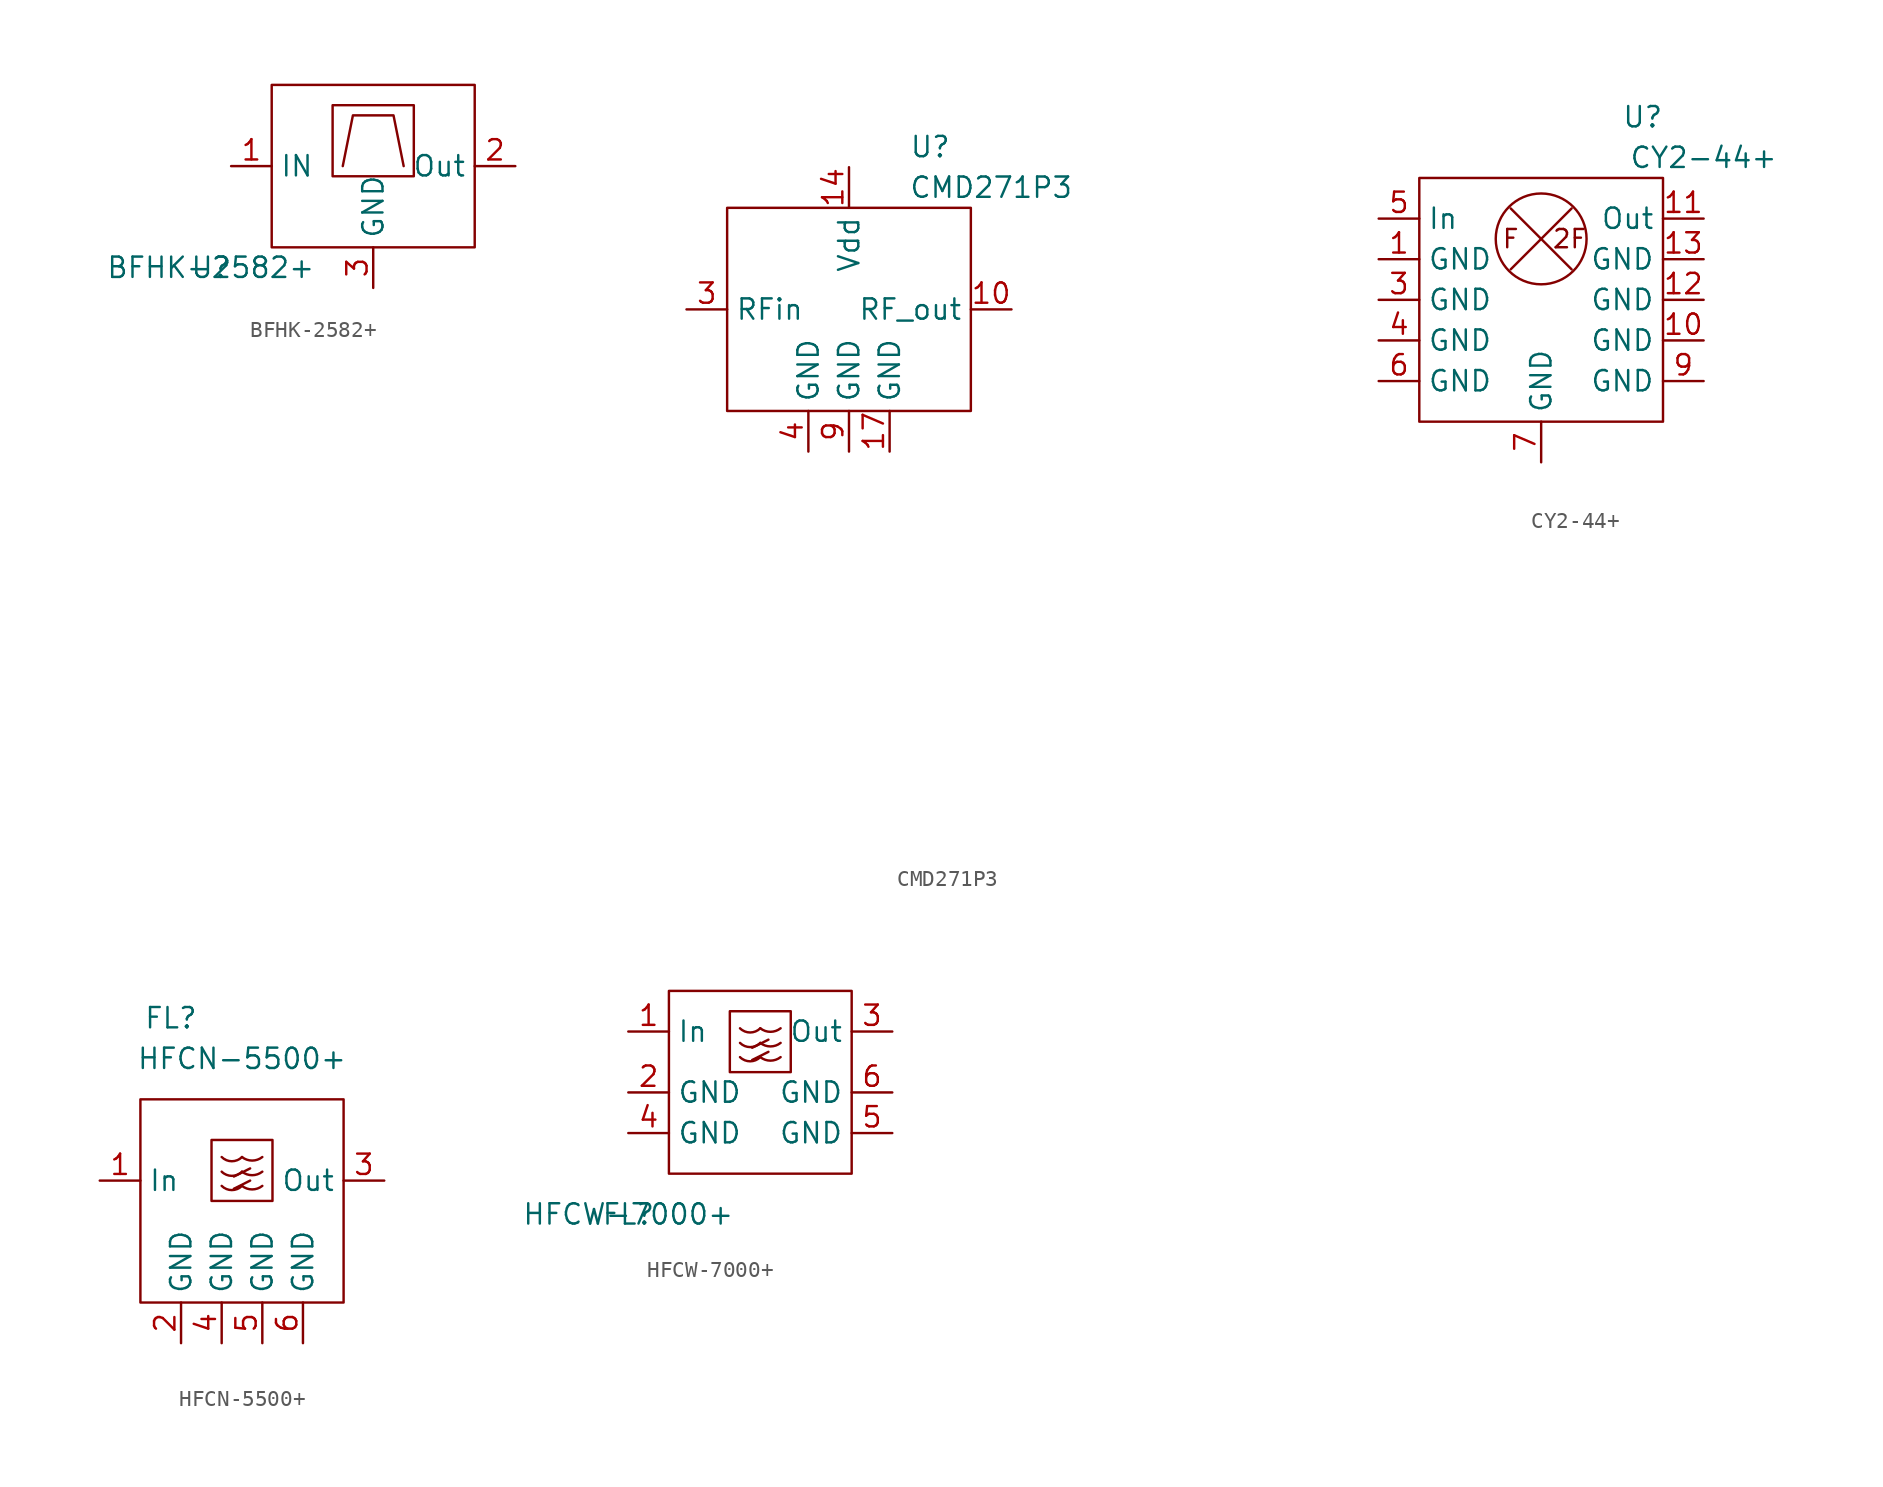
<source format=kicad_sym>
(kicad_symbol_lib
  (version 20211014)
  (generator kicad_symbol_editor)
  (symbol "BFHK-2582+"
    (property "Reference" "U"
      (at 0 0 0)
      (effects (font (size 1.27 1.27))))
    (property "Value" "BFHK-2582+"
      (at 0 0 0)
      (effects (font (size 1.27 1.27))))
    (symbol "BFHK-2582+_0_0"
      (polyline (pts (xy 8.255 6.35) (xy 8.89 9.525) (xy 11.43 9.525) (xy 12.065 6.35)) (stroke (width 0) (type default) (color 0 0 0 0)) (fill (type none)))
      (rectangle (start 3.81 11.43) (end 16.51 1.27) (stroke (width 0) (type default) (color 0 0 0 0)) (fill (type none)))
      (rectangle (start 7.62 10.16) (end 12.7 5.715) (stroke (width 0) (type default) (color 0 0 0 0)) (fill (type none)))
      (pin input line (at 1.27 6.35 0) (length 2.54) (name "IN" (effects (font (size 1.27 1.27)))) (number "1" (effects (font (size 1.27 1.27)))))
      (pin output line (at 19.05 6.35 180) (length 2.54) (name "Out" (effects (font (size 1.27 1.27)))) (number "2" (effects (font (size 1.27 1.27)))))
      (pin passive line (at 10.16 -1.27 90) (length 2.54) (name "GND" (effects (font (size 1.27 1.27)))) (number "3" (effects (font (size 1.27 1.27)))))))
  (symbol "CMD271P3"
    (property "Reference" "U"
      (at 5.08 10.16 0)
      (effects (font (size 1.27 1.27))))
    (property "Value" "CMD271P3"
      (at 8.89 7.62 0)
      (effects (font (size 1.27 1.27))))
    (symbol "CMD271P3_0_0"
      (pin no_connect line (at 20.32 -5.08 0) (length 2.54) hide (name "NC" (effects (font (size 1.27 1.27)))) (number "1" (effects (font (size 1.27 1.27)))))
      (pin unspecified line (at 10.16 0 180) (length 2.54) (name "RF_out" (effects (font (size 1.27 1.27)))) (number "10" (effects (font (size 1.27 1.27)))))
      (pin no_connect line (at 20.32 -20.32 0) (length 2.54) hide (name "NC" (effects (font (size 1.27 1.27)))) (number "11" (effects (font (size 1.27 1.27)))))
      (pin no_connect line (at 20.32 -22.86 0) (length 2.54) hide (name "NC" (effects (font (size 1.27 1.27)))) (number "12" (effects (font (size 1.27 1.27)))))
      (pin no_connect line (at 20.32 -25.4 0) (length 2.54) hide (name "NC" (effects (font (size 1.27 1.27)))) (number "13" (effects (font (size 1.27 1.27)))))
      (pin unspecified line (at 0 8.89 270) (length 2.54) (name "Vdd" (effects (font (size 1.27 1.27)))) (number "14" (effects (font (size 1.27 1.27)))))
      (pin no_connect line (at 20.32 -27.94 0) (length 2.54) hide (name "NC" (effects (font (size 1.27 1.27)))) (number "15" (effects (font (size 1.27 1.27)))))
      (pin no_connect line (at 20.32 -30.48 0) (length 2.54) hide (name "NC" (effects (font (size 1.27 1.27)))) (number "16" (effects (font (size 1.27 1.27)))))
      (pin unspecified line (at 2.54 -8.89 90) (length 2.54) (name "GND" (effects (font (size 1.27 1.27)))) (number "17" (effects (font (size 1.27 1.27)))))
      (pin no_connect line (at 20.32 -7.62 0) (length 2.54) hide (name "NC" (effects (font (size 1.27 1.27)))) (number "2" (effects (font (size 1.27 1.27)))))
      (pin unspecified line (at -10.16 0 0) (length 2.54) (name "RFin" (effects (font (size 1.27 1.27)))) (number "3" (effects (font (size 1.27 1.27)))))
      (pin unspecified line (at -2.54 -8.89 90) (length 2.54) (name "GND" (effects (font (size 1.27 1.27)))) (number "4" (effects (font (size 1.27 1.27)))))
      (pin no_connect line (at 20.32 -10.16 0) (length 2.54) hide (name "NC" (effects (font (size 1.27 1.27)))) (number "5" (effects (font (size 1.27 1.27)))))
      (pin no_connect line (at 20.32 -12.7 0) (length 2.54) hide (name "NC" (effects (font (size 1.27 1.27)))) (number "6" (effects (font (size 1.27 1.27)))))
      (pin no_connect line (at 20.32 -15.24 0) (length 2.54) hide (name "NC" (effects (font (size 1.27 1.27)))) (number "7" (effects (font (size 1.27 1.27)))))
      (pin no_connect line (at 20.32 -17.78 0) (length 2.54) hide (name "NC" (effects (font (size 1.27 1.27)))) (number "8" (effects (font (size 1.27 1.27)))))
      (pin unspecified line (at 0 -8.89 90) (length 2.54) (name "GND" (effects (font (size 1.27 1.27)))) (number "9" (effects (font (size 1.27 1.27))))))
    (symbol "CMD271P3_0_1"
      (rectangle (start -7.62 6.35) (end 7.62 -6.35) (stroke (width 0) (type default) (color 0 0 0 0)) (fill (type none)))))
  (symbol "CY2-44+"
    (property "Reference" "U"
      (at 10.16 13.97 0)
      (effects (font (size 1.27 1.27))))
    (property "Value" "CY2-44+"
      (at 13.97 11.43 0)
      (effects (font (size 1.27 1.27))))
    (symbol "CY2-44+_0_0"
      (text "2F" (at 5.588 6.35 0) (effects (font (size 1.143 1.143))))
      (text "F" (at 1.905 6.35 0) (effects (font (size 1.143 1.143))))
      (pin unspecified line (at -6.35 5.08 0) (length 2.54) (name "GND" (effects (font (size 1.27 1.27)))) (number "1" (effects (font (size 1.27 1.27)))))
      (pin unspecified line (at 13.97 0 180) (length 2.54) (name "GND" (effects (font (size 1.27 1.27)))) (number "10" (effects (font (size 1.27 1.27)))))
      (pin unspecified line (at 13.97 7.62 180) (length 2.54) (name "Out" (effects (font (size 1.27 1.27)))) (number "11" (effects (font (size 1.27 1.27)))))
      (pin unspecified line (at 13.97 2.54 180) (length 2.54) (name "GND" (effects (font (size 1.27 1.27)))) (number "12" (effects (font (size 1.27 1.27)))))
      (pin unspecified line (at 13.97 5.08 180) (length 2.54) (name "GND" (effects (font (size 1.27 1.27)))) (number "13" (effects (font (size 1.27 1.27)))))
      (pin unspecified line (at 2.54 13.97 270) (length 2.54) hide (name "" (effects (font (size 1.27 1.27)))) (number "2" (effects (font (size 1.27 1.27)))))
      (pin unspecified line (at -6.35 2.54 0) (length 2.54) (name "GND" (effects (font (size 1.27 1.27)))) (number "3" (effects (font (size 1.27 1.27)))))
      (pin unspecified line (at -6.35 0 0) (length 2.54) (name "GND" (effects (font (size 1.27 1.27)))) (number "4" (effects (font (size 1.27 1.27)))))
      (pin unspecified line (at -6.35 7.62 0) (length 2.54) (name "In" (effects (font (size 1.27 1.27)))) (number "5" (effects (font (size 1.27 1.27)))))
      (pin unspecified line (at -6.35 -2.54 0) (length 2.54) (name "GND" (effects (font (size 1.27 1.27)))) (number "6" (effects (font (size 1.27 1.27)))))
      (pin unspecified line (at 3.81 -7.62 90) (length 2.54) (name "GND" (effects (font (size 1.27 1.27)))) (number "7" (effects (font (size 1.27 1.27)))))
      (pin unspecified line (at 6.35 13.97 270) (length 2.54) hide (name "" (effects (font (size 1.27 1.27)))) (number "8" (effects (font (size 1.27 1.27)))))
      (pin unspecified line (at 13.97 -2.54 180) (length 2.54) (name "GND" (effects (font (size 1.27 1.27)))) (number "9" (effects (font (size 1.27 1.27))))))
    (symbol "CY2-44+_0_1"
      (rectangle (start -3.81 10.16) (end 11.43 -5.08) (stroke (width 0) (type default) (color 0 0 0 0)) (fill (type none)))
      (polyline (pts (xy 1.905 8.255) (xy 5.715 4.445)) (stroke (width 0) (type default) (color 0 0 0 0)) (fill (type none)))
      (polyline (pts (xy 5.715 8.255) (xy 1.905 4.445)) (stroke (width 0) (type default) (color 0 0 0 0)) (fill (type none)))
      (circle (center 3.81 6.35) (radius 2.84) (stroke (width 0) (type default) (color 0 0 0 0)) (fill (type none)))))
  (symbol "HFCN-5500+"
    (property "Reference" "FL"
      (at 1.905 21.59 0)
      (effects (font (size 1.27 1.27))))
    (property "Value" "HFCN-5500+"
      (at 6.35 19.05 0)
      (effects (font (size 1.27 1.27))))
    (symbol "HFCN-5500+_0_0"
      (pin input line (at -2.54 11.43 0) (length 2.54) (name "In" (effects (font (size 1.27 1.27)))) (number "1" (effects (font (size 1.27 1.27)))))
      (pin passive line (at 2.54 1.27 90) (length 2.54) (name "GND" (effects (font (size 1.27 1.27)))) (number "2" (effects (font (size 1.27 1.27)))))
      (pin output line (at 15.24 11.43 180) (length 2.54) (name "Out" (effects (font (size 1.27 1.27)))) (number "3" (effects (font (size 1.27 1.27)))))
      (pin passive line (at 5.08 1.27 90) (length 2.54) (name "GND" (effects (font (size 1.27 1.27)))) (number "4" (effects (font (size 1.27 1.27)))))
      (pin passive line (at 7.62 1.27 90) (length 2.54) (name "GND" (effects (font (size 1.27 1.27)))) (number "5" (effects (font (size 1.27 1.27)))))
      (pin passive line (at 10.16 1.27 90) (length 2.54) (name "GND" (effects (font (size 1.27 1.27)))) (number "6" (effects (font (size 1.27 1.27))))))
    (symbol "HFCN-5500+_0_1"
      (polyline (pts (xy 5.842 10.922) (xy 6.858 11.43)) (stroke (width 0) (type default) (color 0 0 0 0)) (fill (type none)))
      (polyline (pts (xy 5.842 11.684) (xy 6.858 12.192)) (stroke (width 0) (type default) (color 0 0 0 0)) (fill (type none)))
      (rectangle (start 0 16.51) (end 12.7 3.81) (stroke (width 0) (type default) (color 0 0 0 0)) (fill (type none)))
      (rectangle (start 4.445 13.97) (end 8.255 10.16) (stroke (width 0) (type default) (color 0 0 0 0)) (fill (type none)))
      (arc (start 5.08 11.0998) (mid 5.715 9.5668) (end 6.35 11.0998) (stroke (width 0) (type default) (color 0 0 0 0)) (fill (type none)))
      (arc (start 5.08 11.9888) (mid 5.715 10.4508) (end 6.35 11.9888) (stroke (width 0) (type default) (color 0 0 0 0)) (fill (type none)))
      (arc (start 5.08 12.9032) (mid 5.715 11.3702) (end 6.35 12.9032) (stroke (width 0) (type default) (color 0 0 0 0)) (fill (type none)))
      (arc (start 6.35 11.0998) (mid 6.985 10.8788) (end 7.62 11.0998) (stroke (width 0) (type default) (color 0 0 0 0)) (fill (type none)))
      (arc (start 6.35 11.9888) (mid 6.985 11.7678) (end 7.62 11.9888) (stroke (width 0) (type default) (color 0 0 0 0)) (fill (type none)))
      (arc (start 6.35 12.9032) (mid 6.985 12.682) (end 7.62 12.9032) (stroke (width 0) (type default) (color 0 0 0 0)) (fill (type none)))))
  (symbol "HFCW-7000+"
    (property "Reference" "FL"
      (at 0 0 0)
      (effects (font (size 1.27 1.27))))
    (property "Value" "HFCW-7000+"
      (at 0 0 0)
      (effects (font (size 1.27 1.27))))
    (symbol "HFCW-7000+_0_0"
      (pin input line (at 0 11.43 0) (length 2.54) (name "In" (effects (font (size 1.27 1.27)))) (number "1" (effects (font (size 1.27 1.27)))))
      (pin passive line (at 0 7.62 0) (length 2.54) (name "GND" (effects (font (size 1.27 1.27)))) (number "2" (effects (font (size 1.27 1.27)))))
      (pin output line (at 16.51 11.43 180) (length 2.54) (name "Out" (effects (font (size 1.27 1.27)))) (number "3" (effects (font (size 1.27 1.27)))))
      (pin passive line (at 0 5.08 0) (length 2.54) (name "GND" (effects (font (size 1.27 1.27)))) (number "4" (effects (font (size 1.27 1.27)))))
      (pin passive line (at 16.51 5.08 180) (length 2.54) (name "GND" (effects (font (size 1.27 1.27)))) (number "5" (effects (font (size 1.27 1.27)))))
      (pin passive line (at 16.51 7.62 180) (length 2.54) (name "GND" (effects (font (size 1.27 1.27)))) (number "6" (effects (font (size 1.27 1.27))))))
    (symbol "HFCW-7000+_0_1"
      (polyline (pts (xy 7.747 9.652) (xy 8.763 10.16)) (stroke (width 0) (type default) (color 0 0 0 0)) (fill (type none)))
      (polyline (pts (xy 7.747 10.414) (xy 8.763 10.922)) (stroke (width 0) (type default) (color 0 0 0 0)) (fill (type none)))
      (rectangle (start 2.54 13.97) (end 13.97 2.54) (stroke (width 0) (type default) (color 0 0 0 0)) (fill (type none)))
      (rectangle (start 6.35 12.7) (end 10.16 8.89) (stroke (width 0) (type default) (color 0 0 0 0)) (fill (type none)))
      (arc (start 6.985 9.8298) (mid 7.62 8.2968) (end 8.255 9.8298) (stroke (width 0) (type default) (color 0 0 0 0)) (fill (type none)))
      (arc (start 6.985 10.7188) (mid 7.62 9.1808) (end 8.255 10.7188) (stroke (width 0) (type default) (color 0 0 0 0)) (fill (type none)))
      (arc (start 6.985 11.6332) (mid 7.62 10.1002) (end 8.255 11.6332) (stroke (width 0) (type default) (color 0 0 0 0)) (fill (type none)))
      (arc (start 8.255 9.8298) (mid 8.89 9.6088) (end 9.525 9.8298) (stroke (width 0) (type default) (color 0 0 0 0)) (fill (type none)))
      (arc (start 8.255 10.7188) (mid 8.89 10.4978) (end 9.525 10.7188) (stroke (width 0) (type default) (color 0 0 0 0)) (fill (type none)))
      (arc (start 8.255 11.6332) (mid 8.89 11.412) (end 9.525 11.6332) (stroke (width 0) (type default) (color 0 0 0 0)) (fill (type none))))))
</source>
